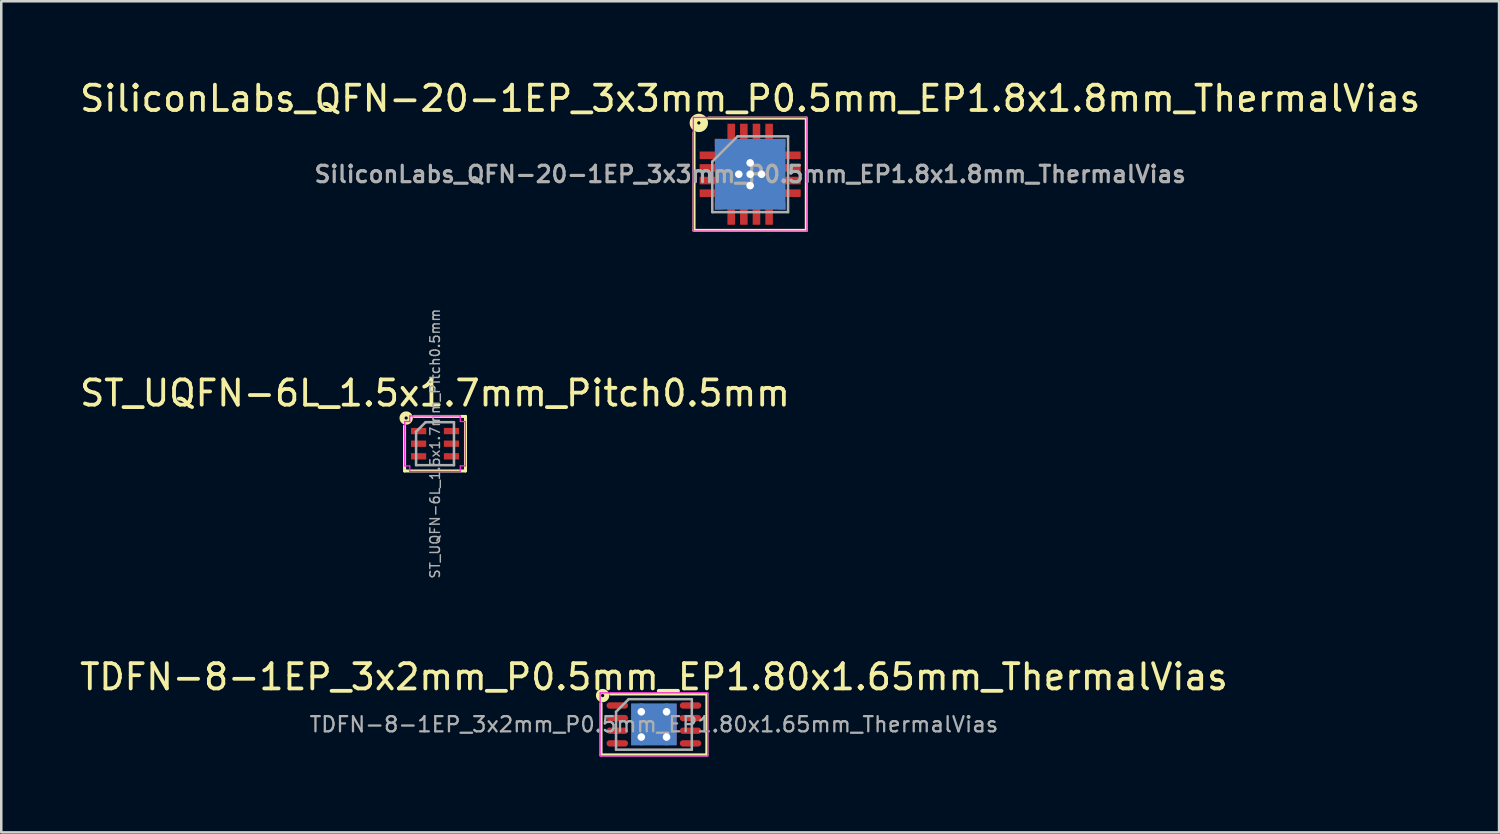
<source format=kicad_pcb>
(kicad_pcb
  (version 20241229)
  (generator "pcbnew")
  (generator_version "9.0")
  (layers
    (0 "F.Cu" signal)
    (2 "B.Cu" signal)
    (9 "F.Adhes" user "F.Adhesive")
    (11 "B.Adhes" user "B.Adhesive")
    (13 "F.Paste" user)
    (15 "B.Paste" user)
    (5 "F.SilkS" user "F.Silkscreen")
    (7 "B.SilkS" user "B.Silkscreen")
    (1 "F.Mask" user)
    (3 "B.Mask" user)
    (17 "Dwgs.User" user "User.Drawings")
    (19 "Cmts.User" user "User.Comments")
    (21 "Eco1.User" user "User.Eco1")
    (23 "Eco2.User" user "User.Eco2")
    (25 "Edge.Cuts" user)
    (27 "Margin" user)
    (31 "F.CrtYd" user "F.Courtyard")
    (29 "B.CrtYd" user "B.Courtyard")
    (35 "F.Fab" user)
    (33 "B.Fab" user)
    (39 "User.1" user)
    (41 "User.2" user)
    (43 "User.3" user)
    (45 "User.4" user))
  (footprint "SiliconLabs_QFN-20-1EP_3x3mm_P0.5mm_EP1.8x1.8mm_ThermalVias"
    (layer "F.Cu")
    (at 26.649 3.848)
    (property "Reference" "SiliconLabs_QFN-20-1EP_3x3mm_P0.5mm_EP1.8x1.8mm_ThermalVias" (at 0 -3 0) (layer "F.SilkS") (effects (font (size 1 1) (thickness 0.15))))
    (attr smd)
    (fp_line (start -2.223 2.223) (end -2.223 -1.651) (stroke (width 0.12) (type solid)) (layer "F.SilkS"))
    (fp_line (start -1.651 -2.223) (end 2.223 -2.223) (stroke (width 0.12) (type solid)) (layer "F.SilkS"))
    (fp_line (start 2.223 -2.223) (end 2.223 2.223) (stroke (width 0.12) (type solid)) (layer "F.SilkS"))
    (fp_line (start 2.223 2.223) (end -2.223 2.223) (stroke (width 0.12) (type solid)) (layer "F.SilkS"))
    (fp_circle (center -2.032 -2.032) (end -1.968 -2.032) (stroke (width 0.3) (type solid)) (fill no) (layer "F.SilkS"))
    (fp_line (start -2.25 -2.25) (end -2.25 2.25) (stroke (width 0.05) (type solid)) (layer "F.CrtYd"))
    (fp_line (start -2.25 2.25) (end 2.25 2.25) (stroke (width 0.05) (type solid)) (layer "F.CrtYd"))
    (fp_line (start 2.25 -2.25) (end -2.25 -2.25) (stroke (width 0.05) (type solid)) (layer "F.CrtYd"))
    (fp_line (start 2.25 2.25) (end 2.25 -2.25) (stroke (width 0.05) (type solid)) (layer "F.CrtYd"))
    (fp_line (start -1.5 -0.5) (end -0.5 -1.5) (stroke (width 0.1) (type solid)) (layer "F.Fab"))
    (fp_line (start -1.5 1.5) (end -1.5 -0.5) (stroke (width 0.1) (type solid)) (layer "F.Fab"))
    (fp_line (start -0.5 -1.5) (end 1.5 -1.5) (stroke (width 0.1) (type solid)) (layer "F.Fab"))
    (fp_line (start 1.5 -1.5) (end 1.5 1.5) (stroke (width 0.1) (type solid)) (layer "F.Fab"))
    (fp_line (start 1.5 1.5) (end -1.5 1.5) (stroke (width 0.1) (type solid)) (layer "F.Fab"))
    (fp_text user "${REFERENCE}" (at 0 0 0) (layer "F.Fab") (effects (font (size 0.65 0.65) (thickness 0.125))))
    (pad "" smd rect (at -0.45 -0.45) (size 0.54 0.54) (layers "F.Paste"))
    (pad "" smd rect (at -0.45 0.45) (size 0.54 0.54) (layers "F.Paste"))
    (pad "" smd rect (at 0.45 -0.45) (size 0.54 0.54) (layers "F.Paste"))
    (pad "" smd rect (at 0.45 0.45) (size 0.54 0.54) (layers "F.Paste"))
    (pad "1" smd rect (at -1.25 -1.25) (size 0.3 0.3) (layers "F.Cu" "F.Mask" "F.Paste"))
    (pad "2" smd rect (at -1.55 -0.75) (size 0.9 0.3) (layers "F.Cu" "F.Mask" "F.Paste"))
    (pad "3" smd rect (at -1.55 -0.25) (size 0.9 0.3) (layers "F.Cu" "F.Mask" "F.Paste"))
    (pad "4" smd rect (at -1.55 0.25) (size 0.9 0.3) (layers "F.Cu" "F.Mask" "F.Paste"))
    (pad "5" smd rect (at -1.55 0.75) (size 0.9 0.3) (layers "F.Cu" "F.Mask" "F.Paste"))
    (pad "6" smd rect (at -1.25 1.25) (size 0.3 0.3) (layers "F.Cu" "F.Mask" "F.Paste"))
    (pad "7" smd rect (at -0.75 1.55 90) (size 0.9 0.3) (layers "F.Cu" "F.Mask" "F.Paste"))
    (pad "8" smd rect (at -0.25 1.55 90) (size 0.9 0.3) (layers "F.Cu" "F.Mask" "F.Paste"))
    (pad "9" smd rect (at 0.25 1.55 90) (size 0.9 0.3) (layers "F.Cu" "F.Mask" "F.Paste"))
    (pad "10" smd rect (at 0.75 1.55 90) (size 0.9 0.3) (layers "F.Cu" "F.Mask" "F.Paste"))
    (pad "11" smd rect (at 1.25 1.25) (size 0.3 0.3) (layers "F.Cu" "F.Mask" "F.Paste"))
    (pad "12" smd rect (at 1.55 0.75) (size 0.9 0.3) (layers "F.Cu" "F.Mask" "F.Paste"))
    (pad "13" smd rect (at 1.55 0.25) (size 0.9 0.3) (layers "F.Cu" "F.Mask" "F.Paste"))
    (pad "14" smd rect (at 1.55 -0.25) (size 0.9 0.3) (layers "F.Cu" "F.Mask" "F.Paste"))
    (pad "15" smd rect (at 1.55 -0.75) (size 0.9 0.3) (layers "F.Cu" "F.Mask" "F.Paste"))
    (pad "16" smd rect (at 1.25 -1.25) (size 0.3 0.3) (layers "F.Cu" "F.Mask" "F.Paste"))
    (pad "17" smd rect (at 0.75 -1.55 90) (size 0.9 0.3) (layers "F.Cu" "F.Mask" "F.Paste"))
    (pad "18" smd rect (at 0.25 -1.55 90) (size 0.9 0.3) (layers "F.Cu" "F.Mask" "F.Paste"))
    (pad "19" smd rect (at -0.25 -1.55 90) (size 0.9 0.3) (layers "F.Cu" "F.Mask" "F.Paste"))
    (pad "20" smd rect (at -0.75 -1.55 90) (size 0.9 0.3) (layers "F.Cu" "F.Mask" "F.Paste"))
    (pad "21" thru_hole circle (at -0.45 0) (size 0.6 0.6) (drill 0.3) (layers "*.Cu"))
    (pad "21" thru_hole circle (at 0 -0.45) (size 0.6 0.6) (drill 0.3) (layers "*.Cu"))
    (pad "21" thru_hole circle (at 0 0) (size 0.6 0.6) (drill 0.3) (layers "*.Cu"))
    (pad "21" smd rect (at 0 0) (size 1.8 1.8) (layers "F.Cu" "F.Mask"))
    (pad "21" smd rect (at 0 0) (size 2.8 2.8) (layers "B.Cu" "B.Mask"))
    (pad "21" thru_hole circle (at 0 0.45) (size 0.6 0.6) (drill 0.3) (layers "*.Cu"))
    (pad "21" thru_hole circle (at 0.45 0) (size 0.6 0.6) (drill 0.3) (layers "*.Cu")))
  (footprint "ST_UQFN-6L_1.5x1.7mm_Pitch0.5mm"
    (layer "F.Cu")
    (at 14.173 14.516)
    (property "Reference" "ST_UQFN-6L_1.5x1.7mm_Pitch0.5mm" (at 0 -2 0) (layer "F.SilkS") (effects (font (size 1 1) (thickness 0.15))))
    (attr smd)
    (fp_line (start -1.206 -0.699) (end -1.206 1.079) (stroke (width 0.12) (type solid)) (layer "F.SilkS"))
    (fp_line (start -1.206 1.079) (end 1.206 1.079) (stroke (width 0.12) (type solid)) (layer "F.SilkS"))
    (fp_line (start 1.206 -1.079) (end -0.826 -1.079) (stroke (width 0.12) (type solid)) (layer "F.SilkS"))
    (fp_line (start 1.206 1.079) (end 1.206 -1.079) (stroke (width 0.12) (type solid)) (layer "F.SilkS"))
    (fp_circle (center -1.143 -1.016) (end -1.079 -1.016) (stroke (width 0.2) (type solid)) (fill no) (layer "F.SilkS"))
    (fp_line (start -1.2 0.88) (end -1.2 -0.88) (stroke (width 0.05) (type solid)) (layer "F.CrtYd"))
    (fp_line (start -1 -1.1) (end -1 -0.88) (stroke (width 0.05) (type solid)) (layer "F.CrtYd"))
    (fp_line (start -1 -0.88) (end -1.2 -0.88) (stroke (width 0.05) (type solid)) (layer "F.CrtYd"))
    (fp_line (start -1 0.88) (end -1.2 0.88) (stroke (width 0.05) (type solid)) (layer "F.CrtYd"))
    (fp_line (start -1 1.1) (end -1 0.88) (stroke (width 0.05) (type solid)) (layer "F.CrtYd"))
    (fp_line (start 1 -1.1) (end -1 -1.1) (stroke (width 0.05) (type solid)) (layer "F.CrtYd"))
    (fp_line (start 1 -1.1) (end 1 -0.88) (stroke (width 0.05) (type solid)) (layer "F.CrtYd"))
    (fp_line (start 1 -0.88) (end 1.2 -0.88) (stroke (width 0.05) (type solid)) (layer "F.CrtYd"))
    (fp_line (start 1 0.88) (end 1.2 0.88) (stroke (width 0.05) (type solid)) (layer "F.CrtYd"))
    (fp_line (start 1 1.1) (end -1 1.1) (stroke (width 0.05) (type solid)) (layer "F.CrtYd"))
    (fp_line (start 1 1.1) (end 1 0.88) (stroke (width 0.05) (type solid)) (layer "F.CrtYd"))
    (fp_line (start 1.2 0.88) (end 1.2 -0.88) (stroke (width 0.05) (type solid)) (layer "F.CrtYd"))
    (fp_line (start -0.75 0.85) (end -0.75 -0.475) (stroke (width 0.1) (type solid)) (layer "F.Fab"))
    (fp_line (start -0.375 -0.85) (end -0.75 -0.475) (stroke (width 0.1) (type solid)) (layer "F.Fab"))
    (fp_line (start 0.75 -0.85) (end -0.375 -0.85) (stroke (width 0.1) (type solid)) (layer "F.Fab"))
    (fp_line (start 0.75 -0.85) (end 0.75 0.85) (stroke (width 0.1) (type solid)) (layer "F.Fab"))
    (fp_line (start 0.75 0.85) (end -0.75 0.85) (stroke (width 0.1) (type solid)) (layer "F.Fab"))
    (fp_text user "${REFERENCE}" (at 0 0 90) (layer "F.Fab") (effects (font (size 0.38 0.38) (thickness 0.057))))
    (pad "1" smd rect (at -0.65 -0.5) (size 0.6 0.25) (layers "F.Cu" "F.Mask" "F.Paste"))
    (pad "2" smd rect (at -0.65 0) (size 0.6 0.25) (layers "F.Cu" "F.Mask" "F.Paste"))
    (pad "3" smd rect (at -0.65 0.5) (size 0.6 0.25) (layers "F.Cu" "F.Mask" "F.Paste"))
    (pad "4" smd rect (at 0.65 0.5) (size 0.6 0.25) (layers "F.Cu" "F.Mask" "F.Paste"))
    (pad "5" smd rect (at 0.65 0) (size 0.6 0.25) (layers "F.Cu" "F.Mask" "F.Paste"))
    (pad "6" smd rect (at 0.65 -0.5) (size 0.6 0.25) (layers "F.Cu" "F.Mask" "F.Paste")))
  (footprint "TDFN-8-1EP_3x2mm_P0.5mm_EP1.80x1.65mm_ThermalVias"
    (layer "F.Cu")
    (at 22.839 25.63)
    (property "Reference" "TDFN-8-1EP_3x2mm_P0.5mm_EP1.80x1.65mm_ThermalVias" (at 0 -1.88 0) (layer "F.SilkS") (effects (font (size 1 1) (thickness 0.15))))
    (attr smd)
    (fp_line (start -2.095 -0.826) (end -2.095 1.206) (stroke (width 0.12) (type solid)) (layer "F.SilkS"))
    (fp_line (start -2.095 1.206) (end 2.095 1.206) (stroke (width 0.12) (type solid)) (layer "F.SilkS"))
    (fp_line (start 2.095 -1.206) (end -1.714 -1.206) (stroke (width 0.12) (type solid)) (layer "F.SilkS"))
    (fp_line (start 2.095 1.206) (end 2.095 -1.206) (stroke (width 0.12) (type solid)) (layer "F.SilkS"))
    (fp_circle (center -2.032 -1.143) (end -1.968 -1.143) (stroke (width 0.2) (type solid)) (fill no) (layer "F.SilkS"))
    (fp_line (start -2.13 -1.25) (end -2.13 1.25) (stroke (width 0.05) (type solid)) (layer "F.CrtYd"))
    (fp_line (start -2.13 1.25) (end 2.13 1.25) (stroke (width 0.05) (type solid)) (layer "F.CrtYd"))
    (fp_line (start 2.13 -1.25) (end -2.13 -1.25) (stroke (width 0.05) (type solid)) (layer "F.CrtYd"))
    (fp_line (start 2.13 1.25) (end 2.13 -1.25) (stroke (width 0.05) (type solid)) (layer "F.CrtYd"))
    (fp_line (start -1.5 -0.5) (end -1.5 1) (stroke (width 0.1) (type solid)) (layer "F.Fab"))
    (fp_line (start -1.5 1) (end 1.5 1) (stroke (width 0.1) (type solid)) (layer "F.Fab"))
    (fp_line (start -1 -1) (end -1.5 -0.5) (stroke (width 0.1) (type solid)) (layer "F.Fab"))
    (fp_line (start 1.5 -1) (end -1 -1) (stroke (width 0.1) (type solid)) (layer "F.Fab"))
    (fp_line (start 1.5 1) (end 1.5 -1) (stroke (width 0.1) (type solid)) (layer "F.Fab"))
    (fp_text user "${REFERENCE}" (at 0 0 0) (layer "F.Fab") (effects (font (size 0.6 0.6) (thickness 0.09))))
    (pad "" smd rect (at 0 -0.5) (size 0.7 0.65) (layers "F.Paste"))
    (pad "" smd rect (at 0 0) (size 1.8 0.7) (layers "F.Paste"))
    (pad "" smd rect (at 0 0.5) (size 0.7 0.65) (layers "F.Paste"))
    (pad "1" smd oval (at -1.45 -0.75) (size 0.85 0.25) (layers "F.Cu" "F.Mask" "F.Paste"))
    (pad "2" smd oval (at -1.45 -0.25) (size 0.85 0.25) (layers "F.Cu" "F.Mask" "F.Paste"))
    (pad "3" smd oval (at -1.45 0.25) (size 0.85 0.25) (layers "F.Cu" "F.Mask" "F.Paste"))
    (pad "4" smd oval (at -1.45 0.75) (size 0.85 0.25) (layers "F.Cu" "F.Mask" "F.Paste"))
    (pad "5" smd oval (at 1.45 0.75) (size 0.85 0.25) (layers "F.Cu" "F.Mask" "F.Paste"))
    (pad "6" smd oval (at 1.45 0.25) (size 0.85 0.25) (layers "F.Cu" "F.Mask" "F.Paste"))
    (pad "7" smd oval (at 1.45 -0.25) (size 0.85 0.25) (layers "F.Cu" "F.Mask" "F.Paste"))
    (pad "8" smd oval (at 1.45 -0.75) (size 0.85 0.25) (layers "F.Cu" "F.Mask" "F.Paste"))
    (pad "9" thru_hole circle (at -0.5 -0.5) (size 0.65 0.65) (drill 0.3) (layers "*.Cu"))
    (pad "9" thru_hole circle (at -0.5 0.5) (size 0.65 0.65) (drill 0.3) (layers "*.Cu"))
    (pad "9" smd rect (at 0 0) (size 1.8 1.65) (layers "F.Cu" "F.Mask"))
    (pad "9" smd rect (at 0 0) (size 1.8 1.65) (layers "B.Cu" "B.Mask"))
    (pad "9" thru_hole circle (at 0.5 -0.5) (size 0.65 0.65) (drill 0.3) (layers "*.Cu"))
    (pad "9" thru_hole circle (at 0.5 0.5) (size 0.65 0.65) (drill 0.3) (layers "*.Cu")))
  (gr_rect
    (start -3 -3)
    (end 56.298 29.905)
    (stroke (width 0.1) (type default))
    (fill no)
    (layer "Edge.Cuts")))
</source>
